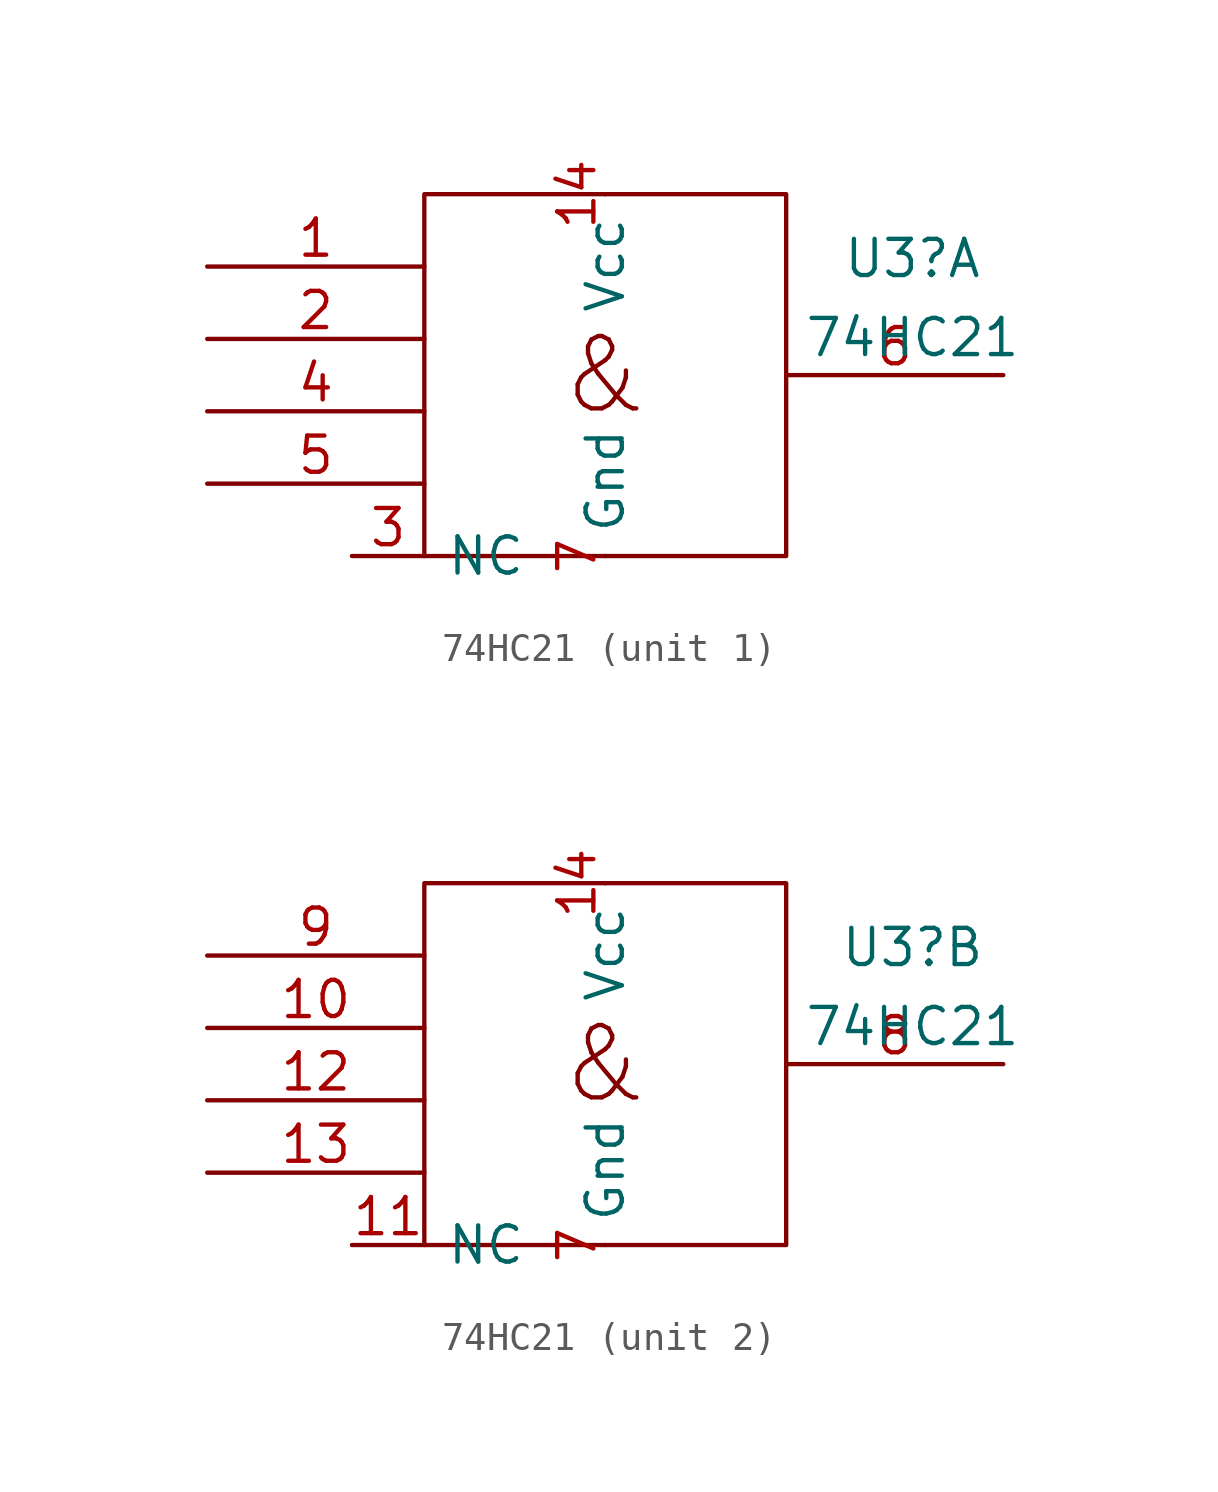
<source format=kicad_sym>
(kicad_symbol_lib
  (version 20211014)
  (generator kicad_symbol_editor)
  (symbol "74HC21"
    (pin_names
      (offset 0.762))
    (property "Reference" "U3"
      (at 10.784 4.093 0)
      (effects (font (size 1.27 1.27))))
    (property "Value" "74HC21"
      (at 10.784 1.318 0)
      (effects (font (size 1.27 1.27))))
    (symbol "74HC21_0_0"
      (text "&" (at 0 0 0) (effects (font (size 2.54 2.54)))))
    (symbol "74HC21_0_1"
      (rectangle (start -6.35 6.35) (end 6.35 -6.35) (stroke (width 0) (type default) (color 0 0 0 0)) (fill (type none)))
      (pin power_in line (at 0 6.35 270) (length 0) (name "Vcc" (effects (font (size 1.27 1.27)))) (number "14" (effects (font (size 1.27 1.27)))))
      (pin power_in line (at 0 -6.35 90) (length 0) (name "Gnd" (effects (font (size 1.27 1.27)))) (number "7" (effects (font (size 1.27 1.27))))))
    (symbol "74HC21_1_1"
      (pin input line (at -13.97 3.81 0) (length 7.62) (name "~" (effects (font (size 1.27 1.27)))) (number "1" (effects (font (size 1.27 1.27)))))
      (pin input line (at -13.97 1.27 0) (length 7.62) (name "~" (effects (font (size 1.27 1.27)))) (number "2" (effects (font (size 1.27 1.27)))))
      (pin passive line (at -8.89 -6.35 0) (length 2.54) (name "NC" (effects (font (size 1.27 1.27)))) (number "3" (effects (font (size 1.27 1.27)))))
      (pin input line (at -13.97 -1.27 0) (length 7.62) (name "~" (effects (font (size 1.27 1.27)))) (number "4" (effects (font (size 1.27 1.27)))))
      (pin input line (at -13.97 -3.81 0) (length 7.62) (name "~" (effects (font (size 1.27 1.27)))) (number "5" (effects (font (size 1.27 1.27)))))
      (pin output line (at 13.97 0 180) (length 7.62) (name "~" (effects (font (size 1.27 1.27)))) (number "6" (effects (font (size 1.27 1.27))))))
    (symbol "74HC21_2_1"
      (pin input line (at -13.97 1.27 0) (length 7.62) (name "~" (effects (font (size 1.27 1.27)))) (number "10" (effects (font (size 1.27 1.27)))))
      (pin passive line (at -8.89 -6.35 0) (length 2.54) (name "NC" (effects (font (size 1.27 1.27)))) (number "11" (effects (font (size 1.27 1.27)))))
      (pin input line (at -13.97 -1.27 0) (length 7.62) (name "~" (effects (font (size 1.27 1.27)))) (number "12" (effects (font (size 1.27 1.27)))))
      (pin input line (at -13.97 -3.81 0) (length 7.62) (name "~" (effects (font (size 1.27 1.27)))) (number "13" (effects (font (size 1.27 1.27)))))
      (pin output line (at 13.97 0 180) (length 7.62) (name "~" (effects (font (size 1.27 1.27)))) (number "8" (effects (font (size 1.27 1.27)))))
      (pin input line (at -13.97 3.81 0) (length 7.62) (name "~" (effects (font (size 1.27 1.27)))) (number "9" (effects (font (size 1.27 1.27))))))))
</source>
